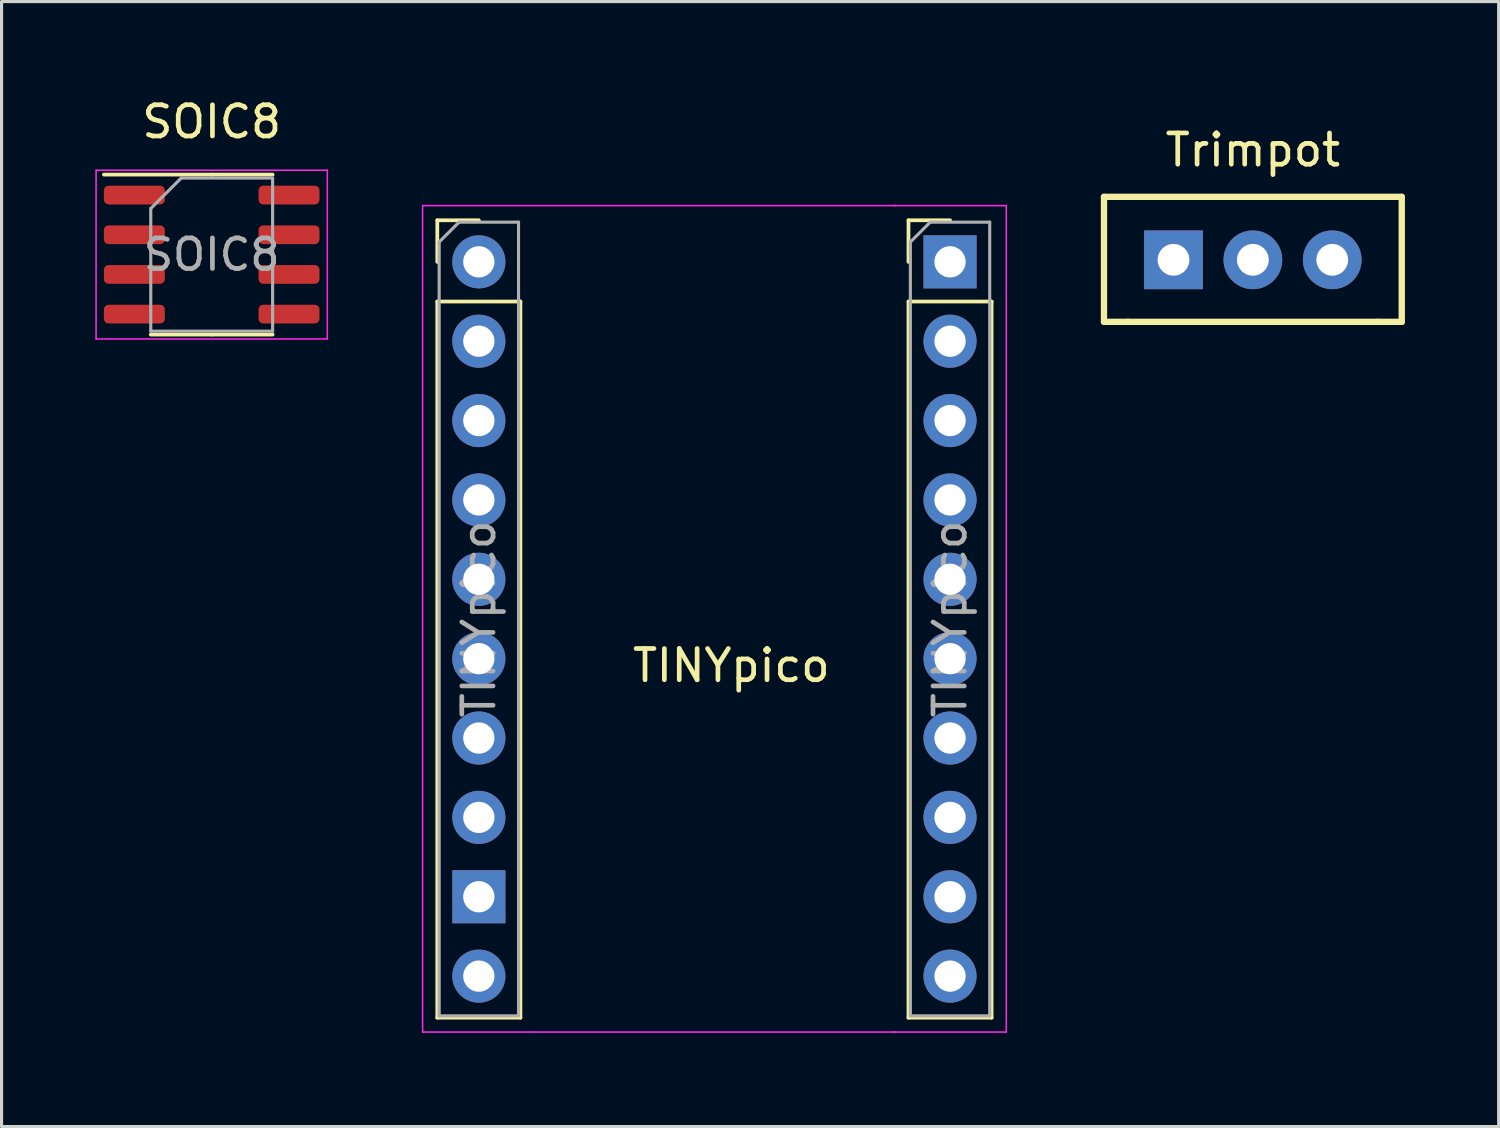
<source format=kicad_pcb>
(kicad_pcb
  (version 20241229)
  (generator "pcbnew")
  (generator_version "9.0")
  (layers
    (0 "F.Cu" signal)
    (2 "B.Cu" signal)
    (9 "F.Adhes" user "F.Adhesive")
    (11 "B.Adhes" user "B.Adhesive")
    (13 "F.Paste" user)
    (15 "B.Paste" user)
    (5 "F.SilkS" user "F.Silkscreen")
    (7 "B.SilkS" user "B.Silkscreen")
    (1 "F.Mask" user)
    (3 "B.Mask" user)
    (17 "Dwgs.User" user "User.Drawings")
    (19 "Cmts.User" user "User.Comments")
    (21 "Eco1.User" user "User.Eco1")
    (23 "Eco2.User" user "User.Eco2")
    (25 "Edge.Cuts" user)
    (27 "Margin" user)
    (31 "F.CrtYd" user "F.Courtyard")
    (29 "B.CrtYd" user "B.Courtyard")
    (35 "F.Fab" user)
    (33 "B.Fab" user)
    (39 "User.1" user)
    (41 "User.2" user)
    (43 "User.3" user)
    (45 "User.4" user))
  (footprint "Trimpot"
    (layer "F.Cu")
    (at 37.047 0.25)
    (property "Reference" "Trimpot" (at 0 1.5 0) (layer "F.SilkS") (effects (font (size 1 1) (thickness 0.15))))
    (attr through_hole)
    (fp_line (start -4.765 3) (end -4.765 7) (stroke (width 0.203) (type solid)) (layer "F.SilkS"))
    (fp_line (start -4.765 7) (end -4 7) (stroke (width 0.203) (type solid)) (layer "F.SilkS"))
    (fp_line (start -4 7) (end 4 7) (stroke (width 0.203) (type solid)) (layer "F.SilkS"))
    (fp_line (start 4 7) (end 4.765 7) (stroke (width 0.203) (type solid)) (layer "F.SilkS"))
    (fp_line (start 4.765 3) (end -4.765 3) (stroke (width 0.203) (type solid)) (layer "F.SilkS"))
    (fp_line (start 4.765 7) (end 4.765 3) (stroke (width 0.203) (type solid)) (layer "F.SilkS"))
    (pad "1" thru_hole rect (at -2.54 5.015) (size 1.88 1.88) (drill 1.016) (layers "*.Cu" "*.Mask"))
    (pad "2" thru_hole circle (at 0 5.015) (size 1.88 1.88) (drill 1.016) (layers "*.Cu" "*.Mask"))
    (pad "3" thru_hole circle (at 2.54 5.015) (size 1.88 1.88) (drill 1.016) (layers "*.Cu" "*.Mask")))
  (footprint "TINYpico"
    (layer "F.Cu")
    (at 20.355 0.25)
    (property "Reference" "TINYpico" (at 0 18 0) (layer "F.SilkS") (effects (font (size 1 1) (thickness 0.15))))
    (attr through_hole)
    (fp_line (start -9.41 3.75) (end -8.08 3.75) (stroke (width 0.12) (type solid)) (layer "F.SilkS"))
    (fp_line (start -9.41 5.08) (end -9.41 3.75) (stroke (width 0.12) (type solid)) (layer "F.SilkS"))
    (fp_line (start -9.41 6.35) (end -9.41 29.27) (stroke (width 0.12) (type solid)) (layer "F.SilkS"))
    (fp_line (start -9.41 6.35) (end -6.75 6.35) (stroke (width 0.12) (type solid)) (layer "F.SilkS"))
    (fp_line (start -9.41 29.27) (end -6.75 29.27) (stroke (width 0.12) (type solid)) (layer "F.SilkS"))
    (fp_line (start -6.75 6.35) (end -6.75 29.27) (stroke (width 0.12) (type solid)) (layer "F.SilkS"))
    (fp_line (start 5.67 3.75) (end 7 3.75) (stroke (width 0.12) (type solid)) (layer "F.SilkS"))
    (fp_line (start 5.67 5.08) (end 5.67 3.75) (stroke (width 0.12) (type solid)) (layer "F.SilkS"))
    (fp_line (start 5.67 6.35) (end 5.67 29.27) (stroke (width 0.12) (type solid)) (layer "F.SilkS"))
    (fp_line (start 5.67 6.35) (end 8.33 6.35) (stroke (width 0.12) (type solid)) (layer "F.SilkS"))
    (fp_line (start 5.67 29.27) (end 8.33 29.27) (stroke (width 0.12) (type solid)) (layer "F.SilkS"))
    (fp_line (start 8.33 6.35) (end 8.33 29.27) (stroke (width 0.12) (type solid)) (layer "F.SilkS"))
    (fp_line (start -9.88 3.28) (end -9.88 29.73) (stroke (width 0.05) (type solid)) (layer "F.CrtYd"))
    (fp_line (start -9.88 3.28) (end 5.25 3.28) (stroke (width 0.05) (type solid)) (layer "F.CrtYd"))
    (fp_line (start -9.88 29.73) (end -6.28 29.73) (stroke (width 0.05) (type solid)) (layer "F.CrtYd"))
    (fp_line (start -6.28 29.73) (end 5.25 29.73) (stroke (width 0.05) (type solid)) (layer "F.CrtYd"))
    (fp_line (start 5.2 29.73) (end 8.8 29.73) (stroke (width 0.05) (type solid)) (layer "F.CrtYd"))
    (fp_line (start 8.8 3.28) (end 5.2 3.28) (stroke (width 0.05) (type solid)) (layer "F.CrtYd"))
    (fp_line (start 8.8 29.73) (end 8.8 3.28) (stroke (width 0.05) (type solid)) (layer "F.CrtYd"))
    (fp_line (start -9.35 4.445) (end -8.715 3.81) (stroke (width 0.1) (type solid)) (layer "F.Fab"))
    (fp_line (start -9.35 29.21) (end -9.35 4.445) (stroke (width 0.1) (type solid)) (layer "F.Fab"))
    (fp_line (start -8.715 3.81) (end -6.81 3.81) (stroke (width 0.1) (type solid)) (layer "F.Fab"))
    (fp_line (start -6.81 3.81) (end -6.81 29.21) (stroke (width 0.1) (type solid)) (layer "F.Fab"))
    (fp_line (start -6.81 29.21) (end -9.35 29.21) (stroke (width 0.1) (type solid)) (layer "F.Fab"))
    (fp_line (start 5.73 4.445) (end 6.365 3.81) (stroke (width 0.1) (type solid)) (layer "F.Fab"))
    (fp_line (start 5.73 29.21) (end 5.73 4.445) (stroke (width 0.1) (type solid)) (layer "F.Fab"))
    (fp_line (start 6.365 3.81) (end 8.27 3.81) (stroke (width 0.1) (type solid)) (layer "F.Fab"))
    (fp_line (start 8.27 3.81) (end 8.27 29.21) (stroke (width 0.1) (type solid)) (layer "F.Fab"))
    (fp_line (start 8.27 29.21) (end 5.73 29.21) (stroke (width 0.1) (type solid)) (layer "F.Fab"))
    (fp_text user "${REFERENCE}" (at 7 16.51 90) (layer "F.Fab") (effects (font (size 1 1) (thickness 0.15))))
    (fp_text user "${REFERENCE}" (at -8.08 16.51 90) (layer "F.Fab") (effects (font (size 1 1) (thickness 0.15))))
    (pad "3V3" thru_hole oval (at -8.08 20.32) (size 1.7 1.7) (drill 1) (layers "*.Cu" "*.Mask"))
    (pad "4" thru_hole oval (at -8.08 17.78) (size 1.7 1.7) (drill 1) (layers "*.Cu" "*.Mask"))
    (pad "5" thru_hole oval (at 7 20.32) (size 1.7 1.7) (drill 1) (layers "*.Cu" "*.Mask"))
    (pad "5V" thru_hole oval (at -8.08 22.86) (size 1.7 1.7) (drill 1) (layers "*.Cu" "*.Mask"))
    (pad "14" thru_hole oval (at -8.08 15.24) (size 1.7 1.7) (drill 1) (layers "*.Cu" "*.Mask"))
    (pad "15" thru_hole oval (at -8.08 12.7) (size 1.7 1.7) (drill 1) (layers "*.Cu" "*.Mask"))
    (pad "18" thru_hole oval (at 7 22.86) (size 1.7 1.7) (drill 1) (layers "*.Cu" "*.Mask"))
    (pad "19" thru_hole oval (at 7 25.4) (size 1.7 1.7) (drill 1) (layers "*.Cu" "*.Mask"))
    (pad "21" thru_hole oval (at 7 15.24) (size 1.7 1.7) (drill 1) (layers "*.Cu" "*.Mask"))
    (pad "22" thru_hole oval (at 7 17.78) (size 1.7 1.7) (drill 1) (layers "*.Cu" "*.Mask"))
    (pad "23" thru_hole oval (at 7 27.94) (size 1.7 1.7) (drill 1) (layers "*.Cu" "*.Mask"))
    (pad "25" thru_hole circle (at -8.08 5.08) (size 1.7 1.7) (drill 1) (layers "*.Cu" "*.Mask"))
    (pad "26" thru_hole oval (at -8.08 7.62) (size 1.7 1.7) (drill 1) (layers "*.Cu" "*.Mask"))
    (pad "27" thru_hole oval (at -8.08 10.16) (size 1.7 1.7) (drill 1) (layers "*.Cu" "*.Mask"))
    (pad "32" thru_hole oval (at 7 12.7) (size 1.7 1.7) (drill 1) (layers "*.Cu" "*.Mask"))
    (pad "33" thru_hole oval (at 7 10.16) (size 1.7 1.7) (drill 1) (layers "*.Cu" "*.Mask"))
    (pad "GND" thru_hole rect (at -8.08 25.4) (size 1.7 1.7) (drill 1) (layers "*.Cu" "*.Mask"))
    (pad "GND" thru_hole rect (at 7 5.08) (size 1.7 1.7) (drill 1) (layers "*.Cu" "*.Mask"))
    (pad "RESET" thru_hole oval (at 7 7.62) (size 1.7 1.7) (drill 1) (layers "*.Cu" "*.Mask"))
    (pad "VBAT" thru_hole oval (at -8.08 27.94) (size 1.7 1.7) (drill 1) (layers "*.Cu" "*.Mask")))
  (footprint "SOIC8"
    (layer "F.Cu")
    (at 3.725 0.348)
    (property "Reference" "SOIC8" (at 0 0.5 0) (layer "F.SilkS") (effects (font (size 1 1) (thickness 0.15))))
    (attr through_hole)
    (fp_line (start 0 2.19) (end -3.45 2.19) (stroke (width 0.12) (type solid)) (layer "F.SilkS"))
    (fp_line (start 0 2.19) (end 1.95 2.19) (stroke (width 0.12) (type solid)) (layer "F.SilkS"))
    (fp_line (start 0 7.31) (end -1.95 7.31) (stroke (width 0.12) (type solid)) (layer "F.SilkS"))
    (fp_line (start 0 7.31) (end 1.95 7.31) (stroke (width 0.12) (type solid)) (layer "F.SilkS"))
    (fp_line (start -3.7 2.05) (end -3.7 7.45) (stroke (width 0.05) (type solid)) (layer "F.CrtYd"))
    (fp_line (start -3.7 7.45) (end 3.7 7.45) (stroke (width 0.05) (type solid)) (layer "F.CrtYd"))
    (fp_line (start 3.7 2.05) (end -3.7 2.05) (stroke (width 0.05) (type solid)) (layer "F.CrtYd"))
    (fp_line (start 3.7 7.45) (end 3.7 2.05) (stroke (width 0.05) (type solid)) (layer "F.CrtYd"))
    (fp_line (start -1.95 3.275) (end -0.975 2.3) (stroke (width 0.1) (type solid)) (layer "F.Fab"))
    (fp_line (start -1.95 7.2) (end -1.95 3.275) (stroke (width 0.1) (type solid)) (layer "F.Fab"))
    (fp_line (start -0.975 2.3) (end 1.95 2.3) (stroke (width 0.1) (type solid)) (layer "F.Fab"))
    (fp_line (start 1.95 2.3) (end 1.95 7.2) (stroke (width 0.1) (type solid)) (layer "F.Fab"))
    (fp_line (start 1.95 7.2) (end -1.95 7.2) (stroke (width 0.1) (type solid)) (layer "F.Fab"))
    (fp_text user "${REFERENCE}" (at 0 4.75 0) (layer "F.Fab") (effects (font (size 0.98 0.98) (thickness 0.15))))
    (pad "1" smd roundrect (at -2.475 2.845) (size 1.95 0.6) (layers "F.Cu" "F.Mask" "F.Paste") (roundrect_rratio 0.25))
    (pad "2" smd roundrect (at -2.475 4.115) (size 1.95 0.6) (layers "F.Cu" "F.Mask" "F.Paste") (roundrect_rratio 0.25))
    (pad "3" smd roundrect (at -2.475 5.385) (size 1.95 0.6) (layers "F.Cu" "F.Mask" "F.Paste") (roundrect_rratio 0.25))
    (pad "4" smd roundrect (at -2.475 6.655) (size 1.95 0.6) (layers "F.Cu" "F.Mask" "F.Paste") (roundrect_rratio 0.25))
    (pad "5" smd roundrect (at 2.475 6.655) (size 1.95 0.6) (layers "F.Cu" "F.Mask" "F.Paste") (roundrect_rratio 0.25))
    (pad "6" smd roundrect (at 2.475 5.385) (size 1.95 0.6) (layers "F.Cu" "F.Mask" "F.Paste") (roundrect_rratio 0.25))
    (pad "7" smd roundrect (at 2.475 4.115) (size 1.95 0.6) (layers "F.Cu" "F.Mask" "F.Paste") (roundrect_rratio 0.25))
    (pad "8" smd roundrect (at 2.475 2.845) (size 1.95 0.6) (layers "F.Cu" "F.Mask" "F.Paste") (roundrect_rratio 0.25)))
  (gr_rect
    (start -3 -3)
    (end 44.913 33.005)
    (stroke (width 0.1) (type default))
    (fill no)
    (layer "Edge.Cuts")))
</source>
